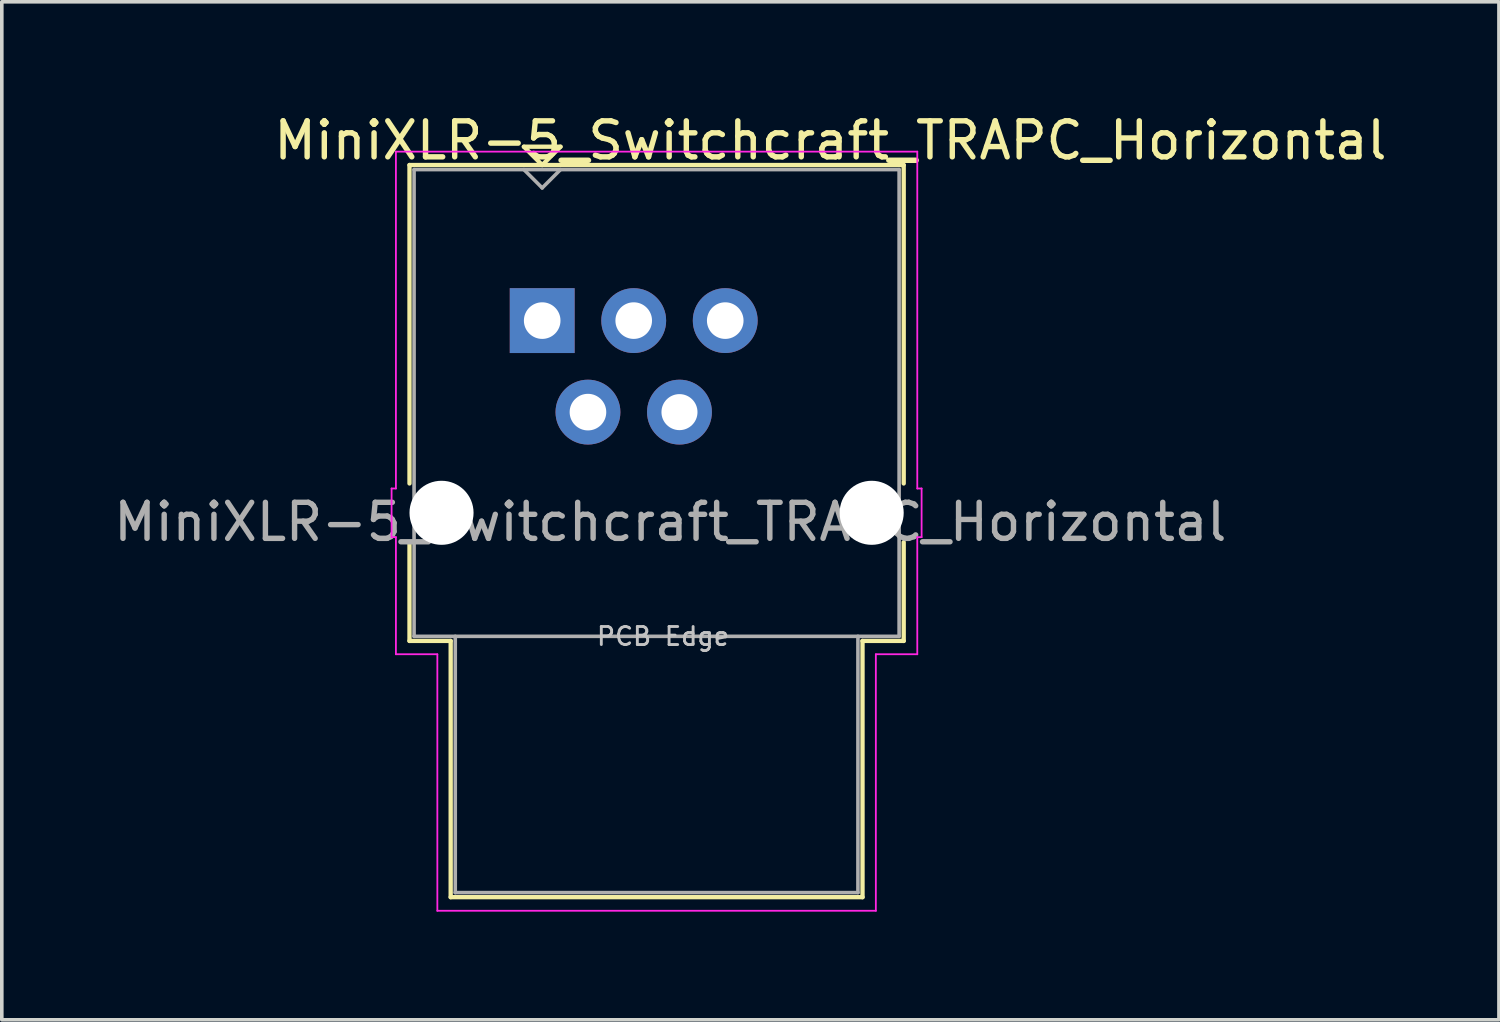
<source format=kicad_pcb>
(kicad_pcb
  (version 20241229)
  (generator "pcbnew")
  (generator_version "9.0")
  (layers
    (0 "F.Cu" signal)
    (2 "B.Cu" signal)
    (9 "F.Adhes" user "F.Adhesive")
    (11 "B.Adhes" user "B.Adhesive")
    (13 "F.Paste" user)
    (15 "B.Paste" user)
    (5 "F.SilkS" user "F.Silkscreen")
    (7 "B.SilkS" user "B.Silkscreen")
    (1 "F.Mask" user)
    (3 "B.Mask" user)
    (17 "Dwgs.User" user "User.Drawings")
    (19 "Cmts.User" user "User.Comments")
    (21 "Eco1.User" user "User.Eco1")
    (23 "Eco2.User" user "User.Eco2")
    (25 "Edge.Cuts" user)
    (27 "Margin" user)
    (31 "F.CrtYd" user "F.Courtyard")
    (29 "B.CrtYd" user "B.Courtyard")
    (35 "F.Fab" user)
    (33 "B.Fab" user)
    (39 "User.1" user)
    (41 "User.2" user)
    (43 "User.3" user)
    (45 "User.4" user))
  (footprint "MiniXLR-5_Switchcraft_TRAPC_Horizontal"
    (layer "F.Cu")
    (at 11.998 5.848)
    (property "Reference" "MiniXLR-5_Switchcraft_TRAPC_Horizontal" (at 8 -5 180) (layer "F.SilkS") (effects (font (size 1 1) (thickness 0.15))))
    (attr through_hole)
    (fp_line (start -3.683 4.52) (end -3.683 -4.318) (stroke (width 0.12) (type solid)) (layer "F.SilkS"))
    (fp_line (start -3.683 8.89) (end -3.683 6.15) (stroke (width 0.12) (type solid)) (layer "F.SilkS"))
    (fp_line (start -2.54 8.89) (end -3.683 8.89) (stroke (width 0.12) (type solid)) (layer "F.SilkS"))
    (fp_line (start -2.54 16.002) (end -2.54 8.89) (stroke (width 0.12) (type solid)) (layer "F.SilkS"))
    (fp_line (start -0.508 -4.826) (end 0.508 -4.826) (stroke (width 0.12) (type solid)) (layer "F.SilkS"))
    (fp_line (start 0 -4.318) (end -0.508 -4.826) (stroke (width 0.12) (type solid)) (layer "F.SilkS"))
    (fp_line (start 0.508 -4.826) (end 0 -4.318) (stroke (width 0.12) (type solid)) (layer "F.SilkS"))
    (fp_line (start 8.89 8.89) (end 8.89 16.002) (stroke (width 0.12) (type solid)) (layer "F.SilkS"))
    (fp_line (start 8.89 16.002) (end -2.54 16.002) (stroke (width 0.12) (type solid)) (layer "F.SilkS"))
    (fp_line (start 10.033 -4.318) (end -3.683 -4.318) (stroke (width 0.12) (type solid)) (layer "F.SilkS"))
    (fp_line (start 10.033 4.52) (end 10.033 -4.318) (stroke (width 0.12) (type solid)) (layer "F.SilkS"))
    (fp_line (start 10.033 8.89) (end 8.89 8.89) (stroke (width 0.12) (type solid)) (layer "F.SilkS"))
    (fp_line (start 10.033 8.89) (end 10.033 6.15) (stroke (width 0.12) (type solid)) (layer "F.SilkS"))
    (fp_line (start -4.18 4.66) (end -4.18 6.01) (stroke (width 0.05) (type solid)) (layer "F.CrtYd"))
    (fp_line (start -4.18 6.01) (end -4.06 6.01) (stroke (width 0.05) (type solid)) (layer "F.CrtYd"))
    (fp_line (start -4.06 -4.69) (end -4.06 4.66) (stroke (width 0.05) (type solid)) (layer "F.CrtYd"))
    (fp_line (start -4.06 -4.69) (end 10.41 -4.69) (stroke (width 0.05) (type solid)) (layer "F.CrtYd"))
    (fp_line (start -4.06 4.66) (end -4.18 4.66) (stroke (width 0.05) (type solid)) (layer "F.CrtYd"))
    (fp_line (start -4.06 6.01) (end -4.06 9.26) (stroke (width 0.05) (type solid)) (layer "F.CrtYd"))
    (fp_line (start -2.91 9.26) (end -4.06 9.26) (stroke (width 0.05) (type solid)) (layer "F.CrtYd"))
    (fp_line (start -2.91 16.38) (end -2.91 9.26) (stroke (width 0.05) (type solid)) (layer "F.CrtYd"))
    (fp_line (start 9.26 16.38) (end -2.91 16.38) (stroke (width 0.05) (type solid)) (layer "F.CrtYd"))
    (fp_line (start 9.26 16.38) (end 9.26 9.26) (stroke (width 0.05) (type solid)) (layer "F.CrtYd"))
    (fp_line (start 10.41 4.66) (end 10.41 -4.69) (stroke (width 0.05) (type solid)) (layer "F.CrtYd"))
    (fp_line (start 10.41 6.01) (end 10.53 6.01) (stroke (width 0.05) (type solid)) (layer "F.CrtYd"))
    (fp_line (start 10.41 9.26) (end 9.26 9.26) (stroke (width 0.05) (type solid)) (layer "F.CrtYd"))
    (fp_line (start 10.41 9.26) (end 10.41 6.01) (stroke (width 0.05) (type solid)) (layer "F.CrtYd"))
    (fp_line (start 10.53 4.66) (end 10.41 4.66) (stroke (width 0.05) (type solid)) (layer "F.CrtYd"))
    (fp_line (start 10.53 6.01) (end 10.53 4.66) (stroke (width 0.05) (type solid)) (layer "F.CrtYd"))
    (fp_line (start -3.556 -4.191) (end 9.906 -4.191) (stroke (width 0.1) (type solid)) (layer "F.Fab"))
    (fp_line (start -3.556 8.763) (end -3.556 -4.191) (stroke (width 0.1) (type solid)) (layer "F.Fab"))
    (fp_line (start -3.556 8.763) (end 9.906 8.763) (stroke (width 0.1) (type solid)) (layer "F.Fab"))
    (fp_line (start -2.413 8.763) (end -2.413 15.875) (stroke (width 0.1) (type solid)) (layer "F.Fab"))
    (fp_line (start -2.413 15.875) (end 8.763 15.875) (stroke (width 0.1) (type solid)) (layer "F.Fab"))
    (fp_line (start -0.508 -4.191) (end 0 -3.683) (stroke (width 0.1) (type solid)) (layer "F.Fab"))
    (fp_line (start 0 -3.683) (end 0.508 -4.191) (stroke (width 0.1) (type solid)) (layer "F.Fab"))
    (fp_line (start 8.763 15.875) (end 8.763 8.763) (stroke (width 0.1) (type solid)) (layer "F.Fab"))
    (fp_line (start 9.906 8.763) (end 9.906 -4.191) (stroke (width 0.1) (type solid)) (layer "F.Fab"))
    (fp_text user "PCB Edge" (at 3.355 8.763 180) (layer "Dwgs.User") (effects (font (size 0.5 0.5) (thickness 0.08))))
    (fp_text user "${REFERENCE}" (at 3.556 5.588 180) (layer "F.Fab") (effects (font (size 1 1) (thickness 0.15))))
    (pad "" np_thru_hole circle (at -2.794 5.334 180) (size 1.778 1.778) (drill 1.778) (layers "*.Cu" "*.Mask"))
    (pad "" np_thru_hole circle (at 9.144 5.334 180) (size 1.778 1.778) (drill 1.778) (layers "*.Cu" "*.Mask"))
    (pad "1" thru_hole rect (at 0 0 180) (size 1.8 1.8) (drill 1.016) (layers "*.Cu" "*.Mask"))
    (pad "2" thru_hole circle (at 1.27 2.54 180) (size 1.8 1.8) (drill 1.016) (layers "*.Cu" "*.Mask"))
    (pad "3" thru_hole circle (at 3.81 2.54 180) (size 1.8 1.8) (drill 1) (layers "*.Cu" "*.Mask"))
    (pad "4" thru_hole circle (at 5.08 0 180) (size 1.8 1.8) (drill 1.016) (layers "*.Cu" "*.Mask"))
    (pad "5" thru_hole circle (at 2.54 0 180) (size 1.8 1.8) (drill 1.016) (layers "*.Cu" "*.Mask")))
  (gr_rect
    (start -3 -3)
    (end 38.551 25.253)
    (stroke (width 0.1) (type default))
    (fill no)
    (layer "Edge.Cuts")))
</source>
